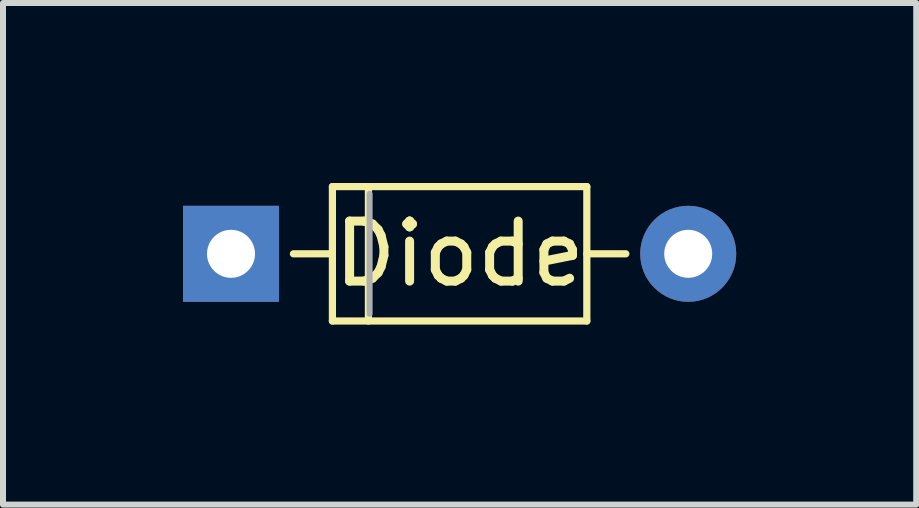
<source format=kicad_pcb>
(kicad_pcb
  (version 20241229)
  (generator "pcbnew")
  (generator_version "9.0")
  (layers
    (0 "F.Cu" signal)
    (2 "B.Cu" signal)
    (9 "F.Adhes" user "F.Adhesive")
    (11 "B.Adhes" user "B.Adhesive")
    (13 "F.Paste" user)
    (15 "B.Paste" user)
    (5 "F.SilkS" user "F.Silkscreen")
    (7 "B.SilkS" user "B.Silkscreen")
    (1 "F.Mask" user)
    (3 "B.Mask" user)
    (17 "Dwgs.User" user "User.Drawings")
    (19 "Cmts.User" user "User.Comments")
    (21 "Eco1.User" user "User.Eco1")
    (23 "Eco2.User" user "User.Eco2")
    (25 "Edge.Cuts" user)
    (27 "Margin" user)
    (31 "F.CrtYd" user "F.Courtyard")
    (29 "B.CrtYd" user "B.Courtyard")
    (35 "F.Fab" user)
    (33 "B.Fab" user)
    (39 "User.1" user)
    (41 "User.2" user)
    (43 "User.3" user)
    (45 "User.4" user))
  (footprint "Diode"
    (layer "F.Cu")
    (at 0.8 1.18)
    (property "Reference" "Diode" (at 3.81 0 0) (unlocked yes) (layer "F.SilkS") (effects (font (size 1 1) (thickness 0.15))))
    (attr through_hole)
    (fp_line (start 1.04 0) (end 1.69 0) (stroke (width 0.12) (type solid)) (layer "F.SilkS"))
    (fp_line (start 1.69 -1.12) (end 1.69 1.12) (stroke (width 0.12) (type solid)) (layer "F.SilkS"))
    (fp_line (start 1.69 1.12) (end 5.93 1.12) (stroke (width 0.12) (type solid)) (layer "F.SilkS"))
    (fp_line (start 2.29 -1.12) (end 2.29 1.12) (stroke (width 0.12) (type solid)) (layer "F.SilkS"))
    (fp_line (start 5.93 -1.12) (end 1.69 -1.12) (stroke (width 0.12) (type solid)) (layer "F.SilkS"))
    (fp_line (start 5.93 1.12) (end 5.93 -1.12) (stroke (width 0.12) (type solid)) (layer "F.SilkS"))
    (fp_line (start 6.58 0) (end 5.93 0) (stroke (width 0.12) (type solid)) (layer "F.SilkS"))
    (fp_line (start 2.31 -1) (end 2.31 1) (stroke (width 0.1) (type solid)) (layer "F.Fab"))
    (pad "1" thru_hole rect (at 0 0) (size 1.6 1.6) (drill 0.8) (layers "*.Cu" "*.Mask"))
    (pad "2" thru_hole oval (at 7.62 0) (size 1.6 1.6) (drill 0.8) (layers "*.Cu" "*.Mask")))
  (gr_rect
    (start -3 -3)
    (end 12.22 5.36)
    (stroke (width 0.1) (type default))
    (fill no)
    (layer "Edge.Cuts")))
</source>
